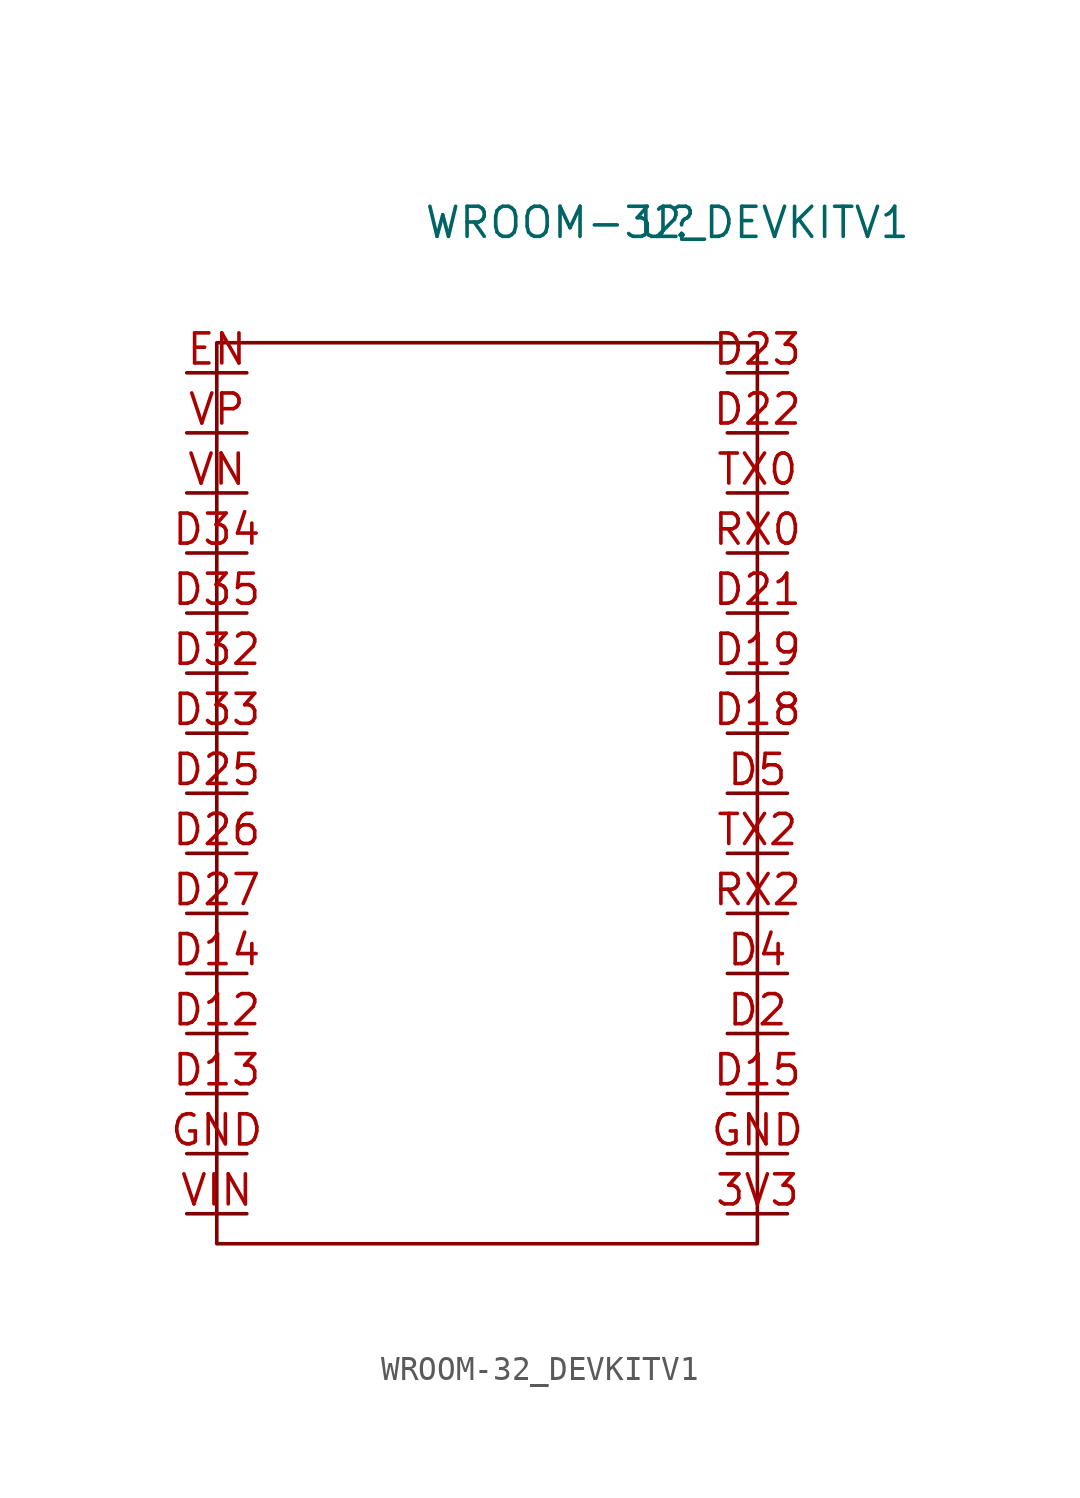
<source format=kicad_sym>
(kicad_symbol_lib
  (version 20211014)
  (generator kicad_symbol_editor)
  (symbol "WROOM-32_DEVKITV1"
    (property "Reference" "U"
      (at 0 0 0)
      (effects (font (size 1.27 1.27))))
    (property "Value" "WROOM-32_DEVKITV1"
      (at 0 0 0)
      (effects (font (size 1.27 1.27))))
    (symbol "WROOM-32_DEVKITV1_0_1"
      (rectangle (start -19.05 -5.08) (end 3.81 -43.18) (stroke (width 0) (type default) (color 0 0 0 0)) (fill (type none))))
    (symbol "WROOM-32_DEVKITV1_1_1"
      (pin power_in line (at 2.54 -41.91 0) (length 2.54) (name "" (effects (font (size 1.27 1.27)))) (number "3V3" (effects (font (size 1.27 1.27)))))
      (pin bidirectional line (at -17.78 -34.29 180) (length 2.54) (name "" (effects (font (size 1.27 1.27)))) (number "D12" (effects (font (size 1.27 1.27)))))
      (pin bidirectional line (at -17.78 -36.83 180) (length 2.54) (name "" (effects (font (size 1.27 1.27)))) (number "D13" (effects (font (size 1.27 1.27)))))
      (pin bidirectional line (at -17.78 -31.75 180) (length 2.54) (name "" (effects (font (size 1.27 1.27)))) (number "D14" (effects (font (size 1.27 1.27)))))
      (pin bidirectional line (at 2.54 -36.83 0) (length 2.54) (name "" (effects (font (size 1.27 1.27)))) (number "D15" (effects (font (size 1.27 1.27)))))
      (pin bidirectional line (at 2.54 -21.59 0) (length 2.54) (name "" (effects (font (size 1.27 1.27)))) (number "D18" (effects (font (size 1.27 1.27)))))
      (pin bidirectional line (at 2.54 -19.05 0) (length 2.54) (name "" (effects (font (size 1.27 1.27)))) (number "D19" (effects (font (size 1.27 1.27)))))
      (pin bidirectional line (at 2.54 -34.29 0) (length 2.54) (name "" (effects (font (size 1.27 1.27)))) (number "D2" (effects (font (size 1.27 1.27)))))
      (pin bidirectional line (at 2.54 -16.51 0) (length 2.54) (name "" (effects (font (size 1.27 1.27)))) (number "D21" (effects (font (size 1.27 1.27)))))
      (pin bidirectional line (at 2.54 -8.89 0) (length 2.54) (name "" (effects (font (size 1.27 1.27)))) (number "D22" (effects (font (size 1.27 1.27)))))
      (pin bidirectional line (at 2.54 -6.35 0) (length 2.54) (name "" (effects (font (size 1.27 1.27)))) (number "D23" (effects (font (size 1.27 1.27)))))
      (pin bidirectional line (at -17.78 -24.13 180) (length 2.54) (name "" (effects (font (size 1.27 1.27)))) (number "D25" (effects (font (size 1.27 1.27)))))
      (pin bidirectional line (at -17.78 -26.67 180) (length 2.54) (name "" (effects (font (size 1.27 1.27)))) (number "D26" (effects (font (size 1.27 1.27)))))
      (pin bidirectional line (at -17.78 -29.21 180) (length 2.54) (name "" (effects (font (size 1.27 1.27)))) (number "D27" (effects (font (size 1.27 1.27)))))
      (pin bidirectional line (at -17.78 -19.05 180) (length 2.54) (name "" (effects (font (size 1.27 1.27)))) (number "D32" (effects (font (size 1.27 1.27)))))
      (pin bidirectional line (at -17.78 -21.59 180) (length 2.54) (name "" (effects (font (size 1.27 1.27)))) (number "D33" (effects (font (size 1.27 1.27)))))
      (pin bidirectional line (at -17.78 -13.97 180) (length 2.54) (name "" (effects (font (size 1.27 1.27)))) (number "D34" (effects (font (size 1.27 1.27)))))
      (pin bidirectional line (at -17.78 -16.51 180) (length 2.54) (name "" (effects (font (size 1.27 1.27)))) (number "D35" (effects (font (size 1.27 1.27)))))
      (pin bidirectional line (at 2.54 -31.75 0) (length 2.54) (name "" (effects (font (size 1.27 1.27)))) (number "D4" (effects (font (size 1.27 1.27)))))
      (pin bidirectional line (at 2.54 -24.13 0) (length 2.54) (name "" (effects (font (size 1.27 1.27)))) (number "D5" (effects (font (size 1.27 1.27)))))
      (pin input line (at -17.78 -6.35 180) (length 2.54) (name "" (effects (font (size 1.27 1.27)))) (number "EN" (effects (font (size 1.27 1.27)))))
      (pin power_in line (at -17.78 -39.37 180) (length 2.54) (name "" (effects (font (size 1.27 1.27)))) (number "GND" (effects (font (size 1.27 1.27)))))
      (pin power_in line (at 2.54 -39.37 0) (length 2.54) (name "" (effects (font (size 1.27 1.27)))) (number "GND" (effects (font (size 1.27 1.27)))))
      (pin input line (at 2.54 -13.97 0) (length 2.54) (name "" (effects (font (size 1.27 1.27)))) (number "RX0" (effects (font (size 1.27 1.27)))))
      (pin input line (at 2.54 -29.21 0) (length 2.54) (name "" (effects (font (size 1.27 1.27)))) (number "RX2" (effects (font (size 1.27 1.27)))))
      (pin output line (at 2.54 -11.43 0) (length 2.54) (name "" (effects (font (size 1.27 1.27)))) (number "TX0" (effects (font (size 1.27 1.27)))))
      (pin output line (at 2.54 -26.67 0) (length 2.54) (name "" (effects (font (size 1.27 1.27)))) (number "TX2" (effects (font (size 1.27 1.27)))))
      (pin power_in line (at -17.78 -41.91 180) (length 2.54) (name "" (effects (font (size 1.27 1.27)))) (number "VIN" (effects (font (size 1.27 1.27)))))
      (pin bidirectional line (at -17.78 -11.43 180) (length 2.54) (name "" (effects (font (size 1.27 1.27)))) (number "VN" (effects (font (size 1.27 1.27)))))
      (pin bidirectional line (at -17.78 -8.89 180) (length 2.54) (name "" (effects (font (size 1.27 1.27)))) (number "VP" (effects (font (size 1.27 1.27))))))))
</source>
